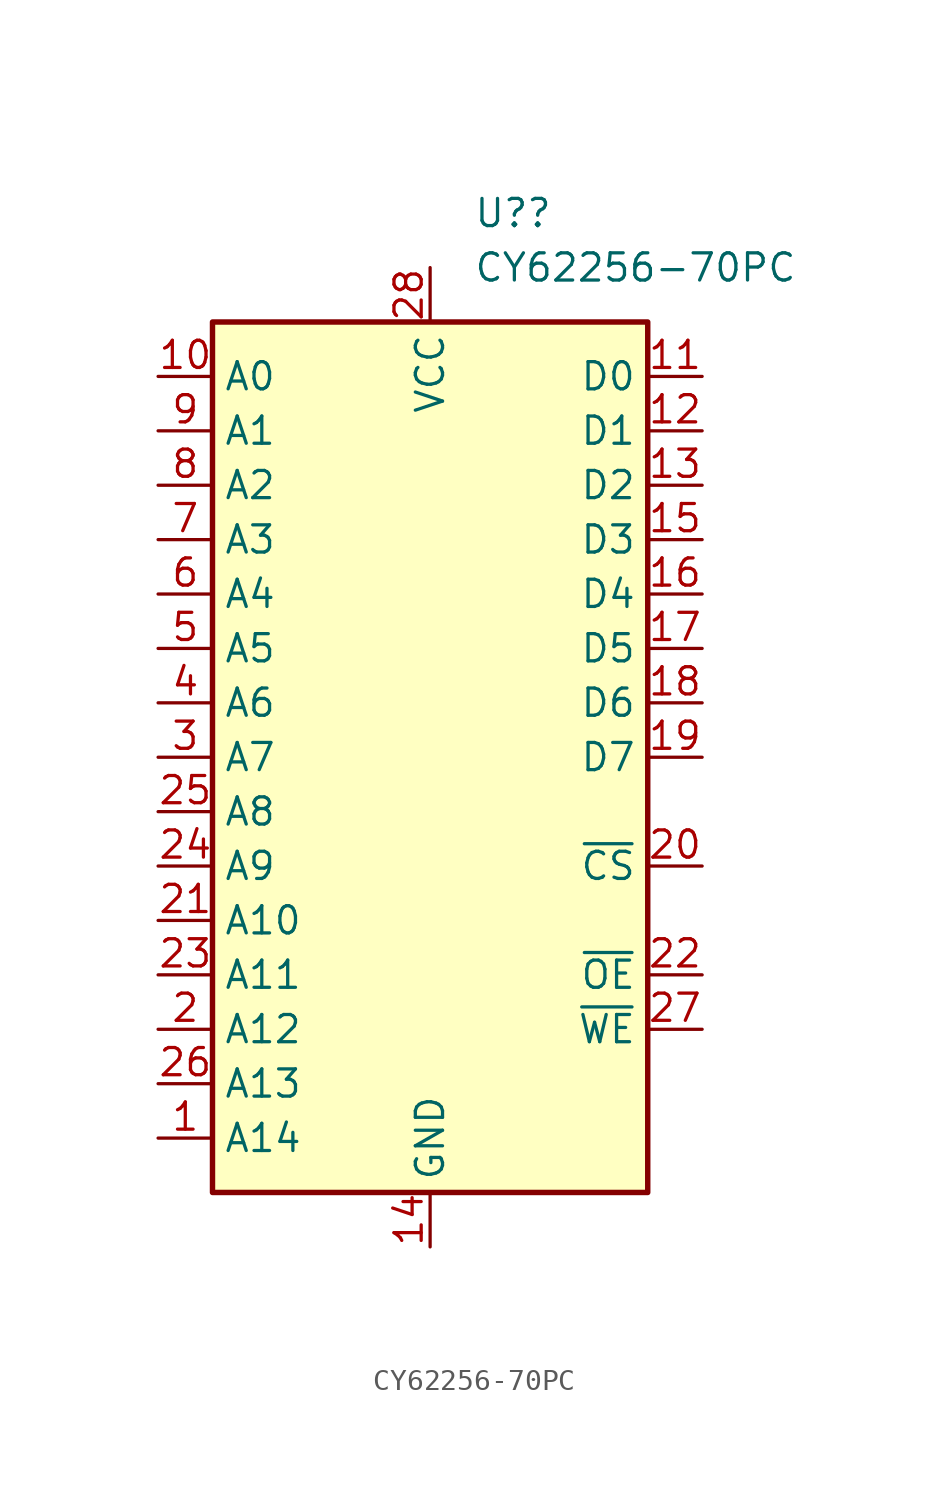
<source format=kicad_sym>
(kicad_symbol_lib
  (version 20211014)
  (generator kicad_symbol_editor)
  (symbol "CY62256-70PC"
    (property "Reference" "U?"
      (at 2.019 25.4 0)
      (effects (font (size 1.27 1.27)) (justify left)))
    (property "Value" "CY62256-70PC"
      (at 2.019 22.86 0)
      (effects (font (size 1.27 1.27)) (justify left)))
    (symbol "CY62256-70PC_0_0"
      (pin power_in line (at 0 -22.86 90) (length 2.54) (name "GND" (effects (font (size 1.27 1.27)))) (number "14" (effects (font (size 1.27 1.27)))))
      (pin power_in line (at 0 22.86 270) (length 2.54) (name "VCC" (effects (font (size 1.27 1.27)))) (number "28" (effects (font (size 1.27 1.27))))))
    (symbol "CY62256-70PC_0_1"
      (rectangle (start -10.16 20.32) (end 10.16 -20.32) (stroke (width 0.254) (type default) (color 0 0 0 0)) (fill (type background))))
    (symbol "CY62256-70PC_1_1"
      (pin input line (at -12.7 -17.78 0) (length 2.54) (name "A14" (effects (font (size 1.27 1.27)))) (number "1" (effects (font (size 1.27 1.27)))))
      (pin input line (at -12.7 17.78 0) (length 2.54) (name "A0" (effects (font (size 1.27 1.27)))) (number "10" (effects (font (size 1.27 1.27)))))
      (pin tri_state line (at 12.7 17.78 180) (length 2.54) (name "D0" (effects (font (size 1.27 1.27)))) (number "11" (effects (font (size 1.27 1.27)))))
      (pin tri_state line (at 12.7 15.24 180) (length 2.54) (name "D1" (effects (font (size 1.27 1.27)))) (number "12" (effects (font (size 1.27 1.27)))))
      (pin tri_state line (at 12.7 12.7 180) (length 2.54) (name "D2" (effects (font (size 1.27 1.27)))) (number "13" (effects (font (size 1.27 1.27)))))
      (pin tri_state line (at 12.7 10.16 180) (length 2.54) (name "D3" (effects (font (size 1.27 1.27)))) (number "15" (effects (font (size 1.27 1.27)))))
      (pin tri_state line (at 12.7 7.62 180) (length 2.54) (name "D4" (effects (font (size 1.27 1.27)))) (number "16" (effects (font (size 1.27 1.27)))))
      (pin tri_state line (at 12.7 5.08 180) (length 2.54) (name "D5" (effects (font (size 1.27 1.27)))) (number "17" (effects (font (size 1.27 1.27)))))
      (pin tri_state line (at 12.7 2.54 180) (length 2.54) (name "D6" (effects (font (size 1.27 1.27)))) (number "18" (effects (font (size 1.27 1.27)))))
      (pin tri_state line (at 12.7 0 180) (length 2.54) (name "D7" (effects (font (size 1.27 1.27)))) (number "19" (effects (font (size 1.27 1.27)))))
      (pin input line (at -12.7 -12.7 0) (length 2.54) (name "A12" (effects (font (size 1.27 1.27)))) (number "2" (effects (font (size 1.27 1.27)))))
      (pin input line (at 12.7 -5.08 180) (length 2.54) (name "~{CS}" (effects (font (size 1.27 1.27)))) (number "20" (effects (font (size 1.27 1.27)))))
      (pin input line (at -12.7 -7.62 0) (length 2.54) (name "A10" (effects (font (size 1.27 1.27)))) (number "21" (effects (font (size 1.27 1.27)))))
      (pin input line (at 12.7 -10.16 180) (length 2.54) (name "~{OE}" (effects (font (size 1.27 1.27)))) (number "22" (effects (font (size 1.27 1.27)))))
      (pin input line (at -12.7 -10.16 0) (length 2.54) (name "A11" (effects (font (size 1.27 1.27)))) (number "23" (effects (font (size 1.27 1.27)))))
      (pin input line (at -12.7 -5.08 0) (length 2.54) (name "A9" (effects (font (size 1.27 1.27)))) (number "24" (effects (font (size 1.27 1.27)))))
      (pin input line (at -12.7 -2.54 0) (length 2.54) (name "A8" (effects (font (size 1.27 1.27)))) (number "25" (effects (font (size 1.27 1.27)))))
      (pin input line (at -12.7 -15.24 0) (length 2.54) (name "A13" (effects (font (size 1.27 1.27)))) (number "26" (effects (font (size 1.27 1.27)))))
      (pin input line (at 12.7 -12.7 180) (length 2.54) (name "~{WE}" (effects (font (size 1.27 1.27)))) (number "27" (effects (font (size 1.27 1.27)))))
      (pin input line (at -12.7 0 0) (length 2.54) (name "A7" (effects (font (size 1.27 1.27)))) (number "3" (effects (font (size 1.27 1.27)))))
      (pin input line (at -12.7 2.54 0) (length 2.54) (name "A6" (effects (font (size 1.27 1.27)))) (number "4" (effects (font (size 1.27 1.27)))))
      (pin input line (at -12.7 5.08 0) (length 2.54) (name "A5" (effects (font (size 1.27 1.27)))) (number "5" (effects (font (size 1.27 1.27)))))
      (pin input line (at -12.7 7.62 0) (length 2.54) (name "A4" (effects (font (size 1.27 1.27)))) (number "6" (effects (font (size 1.27 1.27)))))
      (pin input line (at -12.7 10.16 0) (length 2.54) (name "A3" (effects (font (size 1.27 1.27)))) (number "7" (effects (font (size 1.27 1.27)))))
      (pin input line (at -12.7 12.7 0) (length 2.54) (name "A2" (effects (font (size 1.27 1.27)))) (number "8" (effects (font (size 1.27 1.27)))))
      (pin input line (at -12.7 15.24 0) (length 2.54) (name "A1" (effects (font (size 1.27 1.27)))) (number "9" (effects (font (size 1.27 1.27))))))))
</source>
